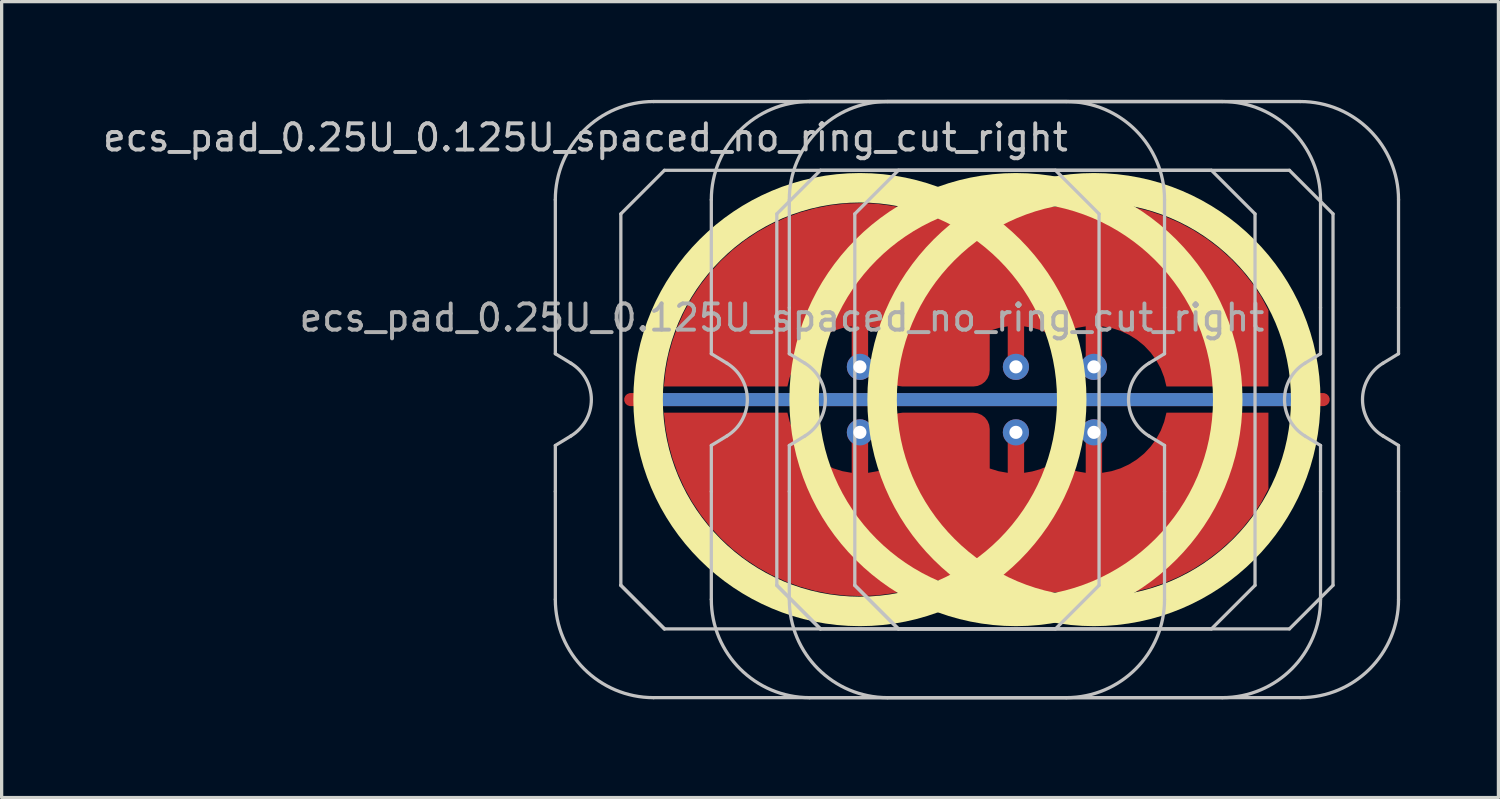
<source format=kicad_pcb>
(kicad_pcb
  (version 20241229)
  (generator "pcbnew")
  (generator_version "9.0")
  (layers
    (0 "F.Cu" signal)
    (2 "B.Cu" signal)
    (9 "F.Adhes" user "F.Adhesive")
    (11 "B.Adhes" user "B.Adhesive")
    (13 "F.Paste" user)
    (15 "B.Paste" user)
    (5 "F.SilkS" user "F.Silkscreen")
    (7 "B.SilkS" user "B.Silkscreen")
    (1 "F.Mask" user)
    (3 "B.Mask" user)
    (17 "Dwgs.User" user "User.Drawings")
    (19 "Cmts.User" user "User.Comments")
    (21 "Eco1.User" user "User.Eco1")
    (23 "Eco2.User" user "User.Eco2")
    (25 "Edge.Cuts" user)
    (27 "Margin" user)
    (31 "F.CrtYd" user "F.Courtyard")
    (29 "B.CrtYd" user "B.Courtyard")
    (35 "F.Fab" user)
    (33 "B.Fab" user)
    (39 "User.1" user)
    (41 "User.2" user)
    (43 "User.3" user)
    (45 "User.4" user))
  (footprint "ecs_pad_0.25U_0.125U_spaced_no_ring_cut_right"
    (layer "F.Cu")
    (at 27.967 9.15)
    (property "Reference" "ecs_pad_0.25U_0.125U_spaced_no_ring_cut_right" (at -13.143 -8 0) (layer "Dwgs.User") (effects (font (size 0.8 0.8) (thickness 0.12))))
    (attr smd)
    (fp_circle (center -4.763 0) (end 1.704 0) (stroke (width 0.9) (type solid)) (fill no) (layer "F.SilkS"))
    (fp_circle (center 0 0) (end 6.467 0) (stroke (width 0.9) (type solid)) (fill no) (layer "F.SilkS"))
    (fp_circle (center 2.381 0) (end 8.848 0) (stroke (width 0.9) (type solid)) (fill no) (layer "F.SilkS"))
    (fp_line (start -14.062 -2.805) (end -14.062 -6.1) (stroke (width 0.1) (type solid)) (layer "Dwgs.User"))
    (fp_line (start -14.062 -1.4) (end -14.062 -2.805) (stroke (width 0.1) (type solid)) (layer "Dwgs.User"))
    (fp_line (start -14.062 1.4) (end -13.587 1.111) (stroke (width 0.1) (type solid)) (layer "Dwgs.User"))
    (fp_line (start -14.062 2.805) (end -14.062 1.4) (stroke (width 0.1) (type solid)) (layer "Dwgs.User"))
    (fp_line (start -14.062 6.1) (end -14.062 2.805) (stroke (width 0.1) (type solid)) (layer "Dwgs.User"))
    (fp_line (start -13.587 -1.111) (end -14.062 -1.4) (stroke (width 0.1) (type solid)) (layer "Dwgs.User"))
    (fp_line (start -12.062 -5.67) (end -10.732 -7) (stroke (width 0.1) (type solid)) (layer "Dwgs.User"))
    (fp_line (start -12.062 5.67) (end -12.062 -5.67) (stroke (width 0.1) (type solid)) (layer "Dwgs.User"))
    (fp_line (start -12.062 5.67) (end -10.732 7) (stroke (width 0.1) (type solid)) (layer "Dwgs.User"))
    (fp_line (start -11.062 -9.1) (end 1.538 -9.1) (stroke (width 0.1) (type solid)) (layer "Dwgs.User"))
    (fp_line (start -10.732 -7) (end 1.208 -7) (stroke (width 0.1) (type solid)) (layer "Dwgs.User"))
    (fp_line (start -10.732 7) (end -12.062 5.67) (stroke (width 0.1) (type solid)) (layer "Dwgs.User"))
    (fp_line (start -9.3 -2.805) (end -9.3 -6.1) (stroke (width 0.1) (type solid)) (layer "Dwgs.User"))
    (fp_line (start -9.3 -1.4) (end -9.3 -2.805) (stroke (width 0.1) (type solid)) (layer "Dwgs.User"))
    (fp_line (start -9.3 1.4) (end -8.824 1.111) (stroke (width 0.1) (type solid)) (layer "Dwgs.User"))
    (fp_line (start -9.3 2.805) (end -9.3 1.4) (stroke (width 0.1) (type solid)) (layer "Dwgs.User"))
    (fp_line (start -9.3 6.1) (end -9.3 2.805) (stroke (width 0.1) (type solid)) (layer "Dwgs.User"))
    (fp_line (start -8.824 -1.111) (end -9.3 -1.4) (stroke (width 0.1) (type solid)) (layer "Dwgs.User"))
    (fp_line (start -7.3 -5.67) (end -5.97 -7) (stroke (width 0.1) (type solid)) (layer "Dwgs.User"))
    (fp_line (start -7.3 5.67) (end -7.3 -5.67) (stroke (width 0.1) (type solid)) (layer "Dwgs.User"))
    (fp_line (start -7.3 5.67) (end -5.97 7) (stroke (width 0.1) (type solid)) (layer "Dwgs.User"))
    (fp_line (start -6.919 -2.805) (end -6.919 -6.1) (stroke (width 0.1) (type solid)) (layer "Dwgs.User"))
    (fp_line (start -6.919 -1.4) (end -6.919 -2.805) (stroke (width 0.1) (type solid)) (layer "Dwgs.User"))
    (fp_line (start -6.919 1.4) (end -6.443 1.111) (stroke (width 0.1) (type solid)) (layer "Dwgs.User"))
    (fp_line (start -6.919 2.805) (end -6.919 1.4) (stroke (width 0.1) (type solid)) (layer "Dwgs.User"))
    (fp_line (start -6.919 6.1) (end -6.919 2.805) (stroke (width 0.1) (type solid)) (layer "Dwgs.User"))
    (fp_line (start -6.443 -1.111) (end -6.919 -1.4) (stroke (width 0.1) (type solid)) (layer "Dwgs.User"))
    (fp_line (start -6.3 -9.1) (end 6.3 -9.1) (stroke (width 0.1) (type solid)) (layer "Dwgs.User"))
    (fp_line (start -5.97 -7) (end 5.97 -7) (stroke (width 0.1) (type solid)) (layer "Dwgs.User"))
    (fp_line (start -5.97 7) (end -7.3 5.67) (stroke (width 0.1) (type solid)) (layer "Dwgs.User"))
    (fp_line (start -4.919 -5.67) (end -3.589 -7) (stroke (width 0.1) (type solid)) (layer "Dwgs.User"))
    (fp_line (start -4.919 5.67) (end -4.919 -5.67) (stroke (width 0.1) (type solid)) (layer "Dwgs.User"))
    (fp_line (start -4.919 5.67) (end -3.589 7) (stroke (width 0.1) (type solid)) (layer "Dwgs.User"))
    (fp_line (start -3.919 -9.1) (end 8.681 -9.1) (stroke (width 0.1) (type solid)) (layer "Dwgs.User"))
    (fp_line (start -3.589 -7) (end 8.351 -7) (stroke (width 0.1) (type solid)) (layer "Dwgs.User"))
    (fp_line (start -3.589 7) (end -4.919 5.67) (stroke (width 0.1) (type solid)) (layer "Dwgs.User"))
    (fp_line (start 1.208 -7) (end 2.538 -5.67) (stroke (width 0.1) (type solid)) (layer "Dwgs.User"))
    (fp_line (start 1.208 7) (end -10.732 7) (stroke (width 0.1) (type solid)) (layer "Dwgs.User"))
    (fp_line (start 1.538 9.1) (end -11.062 9.1) (stroke (width 0.1) (type solid)) (layer "Dwgs.User"))
    (fp_line (start 2.538 -5.67) (end 2.538 5.67) (stroke (width 0.1) (type solid)) (layer "Dwgs.User"))
    (fp_line (start 2.538 5.67) (end 1.208 7) (stroke (width 0.1) (type solid)) (layer "Dwgs.User"))
    (fp_line (start 4.062 1.111) (end 4.537 1.4) (stroke (width 0.1) (type solid)) (layer "Dwgs.User"))
    (fp_line (start 4.537 -6.1) (end 4.537 -2.805) (stroke (width 0.1) (type solid)) (layer "Dwgs.User"))
    (fp_line (start 4.537 -2.805) (end 4.537 -1.4) (stroke (width 0.1) (type solid)) (layer "Dwgs.User"))
    (fp_line (start 4.537 -1.4) (end 4.062 -1.111) (stroke (width 0.1) (type solid)) (layer "Dwgs.User"))
    (fp_line (start 4.537 1.4) (end 4.537 2.805) (stroke (width 0.1) (type solid)) (layer "Dwgs.User"))
    (fp_line (start 4.537 2.805) (end 4.537 6.1) (stroke (width 0.1) (type solid)) (layer "Dwgs.User"))
    (fp_line (start 5.97 -7) (end 7.3 -5.67) (stroke (width 0.1) (type solid)) (layer "Dwgs.User"))
    (fp_line (start 5.97 7) (end -5.97 7) (stroke (width 0.1) (type solid)) (layer "Dwgs.User"))
    (fp_line (start 6.3 9.1) (end -6.3 9.1) (stroke (width 0.1) (type solid)) (layer "Dwgs.User"))
    (fp_line (start 7.3 -5.67) (end 7.3 5.67) (stroke (width 0.1) (type solid)) (layer "Dwgs.User"))
    (fp_line (start 7.3 5.67) (end 5.97 7) (stroke (width 0.1) (type solid)) (layer "Dwgs.User"))
    (fp_line (start 8.351 -7) (end 9.681 -5.67) (stroke (width 0.1) (type solid)) (layer "Dwgs.User"))
    (fp_line (start 8.351 7) (end -3.589 7) (stroke (width 0.1) (type solid)) (layer "Dwgs.User"))
    (fp_line (start 8.681 9.1) (end -3.919 9.1) (stroke (width 0.1) (type solid)) (layer "Dwgs.User"))
    (fp_line (start 8.824 1.111) (end 9.3 1.4) (stroke (width 0.1) (type solid)) (layer "Dwgs.User"))
    (fp_line (start 9.3 -6.1) (end 9.3 -2.805) (stroke (width 0.1) (type solid)) (layer "Dwgs.User"))
    (fp_line (start 9.3 -2.805) (end 9.3 -1.4) (stroke (width 0.1) (type solid)) (layer "Dwgs.User"))
    (fp_line (start 9.3 -1.4) (end 8.824 -1.111) (stroke (width 0.1) (type solid)) (layer "Dwgs.User"))
    (fp_line (start 9.3 1.4) (end 9.3 2.805) (stroke (width 0.1) (type solid)) (layer "Dwgs.User"))
    (fp_line (start 9.3 2.805) (end 9.3 6.1) (stroke (width 0.1) (type solid)) (layer "Dwgs.User"))
    (fp_line (start 9.681 -5.67) (end 9.681 5.67) (stroke (width 0.1) (type solid)) (layer "Dwgs.User"))
    (fp_line (start 9.681 5.67) (end 8.351 7) (stroke (width 0.1) (type solid)) (layer "Dwgs.User"))
    (fp_line (start 11.206 1.111) (end 11.681 1.4) (stroke (width 0.1) (type solid)) (layer "Dwgs.User"))
    (fp_line (start 11.681 -6.1) (end 11.681 -2.805) (stroke (width 0.1) (type solid)) (layer "Dwgs.User"))
    (fp_line (start 11.681 -2.805) (end 11.681 -1.4) (stroke (width 0.1) (type solid)) (layer "Dwgs.User"))
    (fp_line (start 11.681 -1.4) (end 11.206 -1.111) (stroke (width 0.1) (type solid)) (layer "Dwgs.User"))
    (fp_line (start 11.681 1.4) (end 11.681 2.805) (stroke (width 0.1) (type solid)) (layer "Dwgs.User"))
    (fp_line (start 11.681 2.805) (end 11.681 6.1) (stroke (width 0.1) (type solid)) (layer "Dwgs.User"))
    (fp_arc (start -14.0625 -6.1) (mid -13.18382 -8.22132) (end -11.0625 -9.1) (stroke (width 0.1) (type solid)) (layer "Dwgs.User"))
    (fp_arc (start -13.586833 -1.110619) (mid -12.9625 0) (end -13.586833 1.110619) (stroke (width 0.1) (type solid)) (layer "Dwgs.User"))
    (fp_arc (start -11.0625 9.1) (mid -13.18382 8.22132) (end -14.0625 6.1) (stroke (width 0.1) (type solid)) (layer "Dwgs.User"))
    (fp_arc (start -9.3 -6.1) (mid -8.42132 -8.22132) (end -6.3 -9.1) (stroke (width 0.1) (type solid)) (layer "Dwgs.User"))
    (fp_arc (start -8.824333 -1.110619) (mid -8.2 0) (end -8.824333 1.110619) (stroke (width 0.1) (type solid)) (layer "Dwgs.User"))
    (fp_arc (start -6.91875 -6.1) (mid -6.04007 -8.22132) (end -3.91875 -9.1) (stroke (width 0.1) (type solid)) (layer "Dwgs.User"))
    (fp_arc (start -6.443083 -1.110619) (mid -5.81875 0) (end -6.443083 1.110619) (stroke (width 0.1) (type solid)) (layer "Dwgs.User"))
    (fp_arc (start -6.3 9.1) (mid -8.42132 8.22132) (end -9.3 6.1) (stroke (width 0.1) (type solid)) (layer "Dwgs.User"))
    (fp_arc (start -3.91875 9.1) (mid -6.04007 8.22132) (end -6.91875 6.1) (stroke (width 0.1) (type solid)) (layer "Dwgs.User"))
    (fp_arc (start 1.5375 -9.1) (mid 3.65882 -8.22132) (end 4.5375 -6.1) (stroke (width 0.1) (type solid)) (layer "Dwgs.User"))
    (fp_arc (start 4.061833 1.110619) (mid 3.4375 0) (end 4.061833 -1.110619) (stroke (width 0.1) (type solid)) (layer "Dwgs.User"))
    (fp_arc (start 4.5375 6.1) (mid 3.65882 8.22132) (end 1.5375 9.1) (stroke (width 0.1) (type solid)) (layer "Dwgs.User"))
    (fp_arc (start 6.3 -9.1) (mid 8.42132 -8.22132) (end 9.3 -6.1) (stroke (width 0.1) (type solid)) (layer "Dwgs.User"))
    (fp_arc (start 8.68125 -9.1) (mid 10.80257 -8.22132) (end 11.68125 -6.1) (stroke (width 0.1) (type solid)) (layer "Dwgs.User"))
    (fp_arc (start 8.824333 1.110619) (mid 8.2 0) (end 8.824333 -1.110619) (stroke (width 0.1) (type solid)) (layer "Dwgs.User"))
    (fp_arc (start 9.3 6.1) (mid 8.42132 8.22132) (end 6.3 9.1) (stroke (width 0.1) (type solid)) (layer "Dwgs.User"))
    (fp_arc (start 11.205583 1.110619) (mid 10.58125 0) (end 11.205583 -1.110619) (stroke (width 0.1) (type solid)) (layer "Dwgs.User"))
    (fp_arc (start 11.68125 6.1) (mid 10.80257 8.22132) (end 8.68125 9.1) (stroke (width 0.1) (type solid)) (layer "Dwgs.User"))
    (fp_text user "${REFERENCE}" (at -7.143 -2.5 0) (layer "F.Fab") (effects (font (size 0.8 0.8) (thickness 0.12))))
    (pad "1" thru_hole circle (at -4.763 -1 90) (size 0.8 0.8) (drill 0.4) (layers "*.Cu"))
    (pad "1" smd custom (at 0 -1) (size 0.246 0.246) (layers "F.Cu") (options (anchor circle)) (primitives (gr_poly (pts (xy 0.231 0.096) (xy 0.177 0.177) (xy 0.096 0.231) (xy 0 0.25) (xy -0.096 0.231) (xy -0.177 0.177) (xy -0.231 0.096) (xy -0.25 0) (xy -0.25 -1.236) (xy -0.529 -1.187) (xy -0.8 -1.103) (xy -0.8 0.1) (xy -0.817 0.229) (xy -0.867 0.35) (xy -0.946 0.454) (xy -1.05 0.533) (xy -1.171 0.583) (xy -1.3 0.6) (xy -3.462 0.6) (xy -3.592 0.583) (xy -3.713 0.533) (xy -3.816 0.454) (xy -3.896 0.35) (xy -3.945 0.229) (xy -3.963 0.1) (xy -3.963 -1.103) (xy -4.233 -1.187) (xy -4.513 -1.236) (xy -4.513 0) (xy -4.532 0.096) (xy -4.586 0.177) (xy -4.667 0.231) (xy -4.763 0.25) (xy -4.858 0.231) (xy -4.939 0.177) (xy -4.993 0.096) (xy -5.013 0) (xy -5.013 -1.236) (xy -5.296 -1.186) (xy -5.571 -1.1) (xy -5.832 -0.979) (xy -6.076 -0.826) (xy -6.299 -0.644) (xy -6.496 -0.434) (xy -6.665 -0.201) (xy -6.803 0.052) (xy -6.907 0.321) (xy -6.977 0.6) (xy -10.749 0.6) (xy -10.698 0.125) (xy -10.61 -0.345) (xy -10.484 -0.806) (xy -10.322 -1.256) (xy -10.125 -1.691) (xy -9.894 -2.109) (xy -9.63 -2.508) (xy -9.336 -2.884) (xy -9.012 -3.236) (xy -8.661 -3.561) (xy -8.286 -3.856) (xy -7.888 -4.121) (xy -7.471 -4.354) (xy -7.036 -4.553) (xy -6.587 -4.716) (xy -6.126 -4.843) (xy -5.657 -4.933) (xy -5.182 -4.985) (xy -4.704 -5) (xy -4.227 -4.976) (xy -3.753 -4.914) (xy -3.285 -4.815) (xy -2.827 -4.679) (xy -2.381 -4.507) (xy -1.956 -4.672) (xy -1.52 -4.804) (xy -1.075 -4.903) (xy -0.624 -4.967) (xy -0.169 -4.998) (xy 0.287 -4.993) (xy 0.741 -4.954) (xy 1.191 -4.881) (xy 1.671 -4.958) (xy 2.156 -4.996) (xy 2.643 -4.994) (xy 3.128 -4.953) (xy 3.608 -4.873) (xy 4.08 -4.755) (xy 4.541 -4.598) (xy 4.987 -4.404) (xy 5.417 -4.175) (xy 5.826 -3.912) (xy 6.213 -3.617) (xy 6.575 -3.291) (xy 6.909 -2.937) (xy 7.213 -2.557) (xy 7.485 -2.154) (xy 7.709 -1.73) (xy 7.709 0.6) (xy 4.595 0.6) (xy 4.526 0.321) (xy 4.422 0.052) (xy 4.284 -0.201) (xy 4.115 -0.434) (xy 3.918 -0.644) (xy 3.695 -0.826) (xy 3.451 -0.979) (xy 3.19 -1.1) (xy 2.915 -1.186) (xy 2.631 -1.236) (xy 2.631 0) (xy 2.612 0.096) (xy 2.558 0.177) (xy 2.477 0.231) (xy 2.381 0.25) (xy 2.286 0.231) (xy 2.204 0.177) (xy 2.15 0.096) (xy 2.131 0) (xy 2.131 -1.236) (xy 1.884 -1.194) (xy 1.643 -1.125) (xy 1.411 -1.03) (xy 1.191 -0.909) (xy 0.971 -1.03) (xy 0.739 -1.125) (xy 0.497 -1.194) (xy 0.25 -1.236) (xy 0.25 0)) (width 0) (fill yes))))
    (pad "1" thru_hole circle (at 0 -1 270) (size 0.8 0.8) (drill 0.4) (layers "*.Cu"))
    (pad "1" thru_hole circle (at 2.38 -1 90) (size 0.8 0.8) (drill 0.4) (layers "*.Cu"))
    (pad "2" thru_hole circle (at -4.763 1 270) (size 0.8 0.8) (drill 0.4) (layers "*.Cu"))
    (pad "2" smd custom (at 0 1) (size 0.246 0.246) (layers "F.Cu") (options (anchor circle)) (primitives (gr_poly (pts (xy 0.231 -0.096) (xy 0.177 -0.177) (xy 0.096 -0.231) (xy 0 -0.25) (xy -0.096 -0.231) (xy -0.177 -0.177) (xy -0.231 -0.096) (xy -0.25 0) (xy -0.25 1.236) (xy -0.529 1.187) (xy -0.8 1.103) (xy -0.8 -0.1) (xy -0.817 -0.229) (xy -0.867 -0.35) (xy -0.946 -0.454) (xy -1.05 -0.533) (xy -1.171 -0.583) (xy -1.3 -0.6) (xy -3.462 -0.6) (xy -3.592 -0.583) (xy -3.713 -0.533) (xy -3.816 -0.454) (xy -3.896 -0.35) (xy -3.945 -0.229) (xy -3.963 -0.1) (xy -3.963 1.103) (xy -4.233 1.187) (xy -4.513 1.236) (xy -4.513 0) (xy -4.532 -0.096) (xy -4.586 -0.177) (xy -4.667 -0.231) (xy -4.763 -0.25) (xy -4.858 -0.231) (xy -4.939 -0.177) (xy -4.993 -0.096) (xy -5.013 0) (xy -5.013 1.236) (xy -5.296 1.186) (xy -5.571 1.1) (xy -5.832 0.979) (xy -6.076 0.826) (xy -6.299 0.644) (xy -6.496 0.434) (xy -6.665 0.201) (xy -6.803 -0.052) (xy -6.907 -0.321) (xy -6.977 -0.6) (xy -10.749 -0.6) (xy -10.698 -0.125) (xy -10.61 0.345) (xy -10.484 0.806) (xy -10.322 1.256) (xy -10.125 1.691) (xy -9.894 2.109) (xy -9.63 2.508) (xy -9.336 2.884) (xy -9.012 3.236) (xy -8.661 3.561) (xy -8.286 3.856) (xy -7.888 4.121) (xy -7.471 4.354) (xy -7.036 4.553) (xy -6.587 4.716) (xy -6.126 4.843) (xy -5.657 4.933) (xy -5.182 4.985) (xy -4.704 5) (xy -4.227 4.976) (xy -3.753 4.914) (xy -3.285 4.815) (xy -2.827 4.679) (xy -2.381 4.507) (xy -1.956 4.672) (xy -1.52 4.804) (xy -1.075 4.903) (xy -0.624 4.967) (xy -0.169 4.998) (xy 0.287 4.993) (xy 0.741 4.954) (xy 1.191 4.881) (xy 1.671 4.958) (xy 2.156 4.996) (xy 2.643 4.994) (xy 3.128 4.953) (xy 3.608 4.873) (xy 4.08 4.755) (xy 4.541 4.598) (xy 4.987 4.404) (xy 5.417 4.175) (xy 5.826 3.912) (xy 6.213 3.617) (xy 6.575 3.291) (xy 6.909 2.937) (xy 7.213 2.557) (xy 7.485 2.154) (xy 7.709 1.73) (xy 7.709 -0.6) (xy 4.595 -0.6) (xy 4.526 -0.321) (xy 4.422 -0.052) (xy 4.284 0.201) (xy 4.115 0.434) (xy 3.918 0.644) (xy 3.695 0.826) (xy 3.451 0.979) (xy 3.19 1.1) (xy 2.915 1.186) (xy 2.631 1.236) (xy 2.631 0) (xy 2.612 -0.096) (xy 2.558 -0.177) (xy 2.477 -0.231) (xy 2.381 -0.25) (xy 2.286 -0.231) (xy 2.204 -0.177) (xy 2.15 -0.096) (xy 2.131 0) (xy 2.131 1.236) (xy 1.884 1.194) (xy 1.643 1.125) (xy 1.411 1.03) (xy 1.191 0.909) (xy 0.971 1.03) (xy 0.739 1.125) (xy 0.497 1.194) (xy 0.25 1.236) (xy 0.25 0)) (width 0) (fill yes))))
    (pad "2" thru_hole circle (at 0 1 270) (size 0.8 0.8) (drill 0.4) (layers "*.Cu"))
    (pad "2" thru_hole circle (at 2.38 1 270) (size 0.8 0.8) (drill 0.4) (layers "*.Cu"))
    (pad "3" smd custom (at 0 0 90) (size 0.4 0.4) (layers "F.Cu") (options (anchor rect)) (primitives (gr_line (start 0 -11.762) (end 0 9.381) (width 0.4))))
    (pad "3" smd custom (at 0 0 90) (size 0.4 0.4) (layers "B.Cu") (options (anchor rect)) (primitives (gr_line (start 0 -11.262) (end 0 8.812) (width 0.4))))
    (zone (net_name "") (layer "F.Cu") (hatch edge 0.508) (connect_pads) (min_thickness 0.254) (filled_areas_thickness no) (keepout (tracks allowed) (vias allowed) (pads allowed) (copperpour not_allowed) (footprints allowed)) (placement (enabled no)) (fill) (polygon (pts (xy 30.209 9.15) (xy 30.19 8.637) (xy 30.134 8.127) (xy 30.04 7.622) (xy 29.91 7.125) (xy 29.744 6.64) (xy 29.542 6.167) (xy 29.307 5.711) (xy 29.039 5.274) (xy 28.739 4.857) (xy 28.41 4.463) (xy 28.053 4.094) (xy 27.669 3.753) (xy 27.262 3.44) (xy 26.833 3.158) (xy 26.384 2.909) (xy 25.919 2.692) (xy 25.439 2.511) (xy 24.946 2.365) (xy 24.445 2.256) (xy 23.936 2.183) (xy 23.424 2.149) (xy 22.911 2.151) (xy 22.399 2.192) (xy 21.892 2.269) (xy 21.391 2.384) (xy 20.901 2.535) (xy 20.422 2.721) (xy 19.959 2.942) (xy 19.513 3.197) (xy 19.087 3.483) (xy 18.683 3.8) (xy 18.303 4.145) (xy 17.95 4.518) (xy 17.625 4.915) (xy 17.329 5.335) (xy 17.066 5.775) (xy 16.835 6.234) (xy 16.639 6.708) (xy 16.477 7.196) (xy 16.352 7.694) (xy 16.264 8.199) (xy 16.213 8.71) (xy 16.2 9.223) (xy 16.224 9.736) (xy 16.286 10.246) (xy 16.384 10.75) (xy 16.52 11.245) (xy 16.691 11.729) (xy 16.898 12.199) (xy 17.138 12.652) (xy 17.411 13.087) (xy 17.715 13.501) (xy 18.048 13.891) (xy 18.409 14.256) (xy 18.796 14.594) (xy 19.206 14.902) (xy 19.638 15.179) (xy 20.09 15.424) (xy 20.558 15.636) (xy 21.04 15.812) (xy 21.533 15.953) (xy 22.036 16.057) (xy 22.545 16.124) (xy 23.058 16.153) (xy 23.571 16.145) (xy 24.082 16.1) (xy 24.589 16.017) (xy 25.088 15.897) (xy 25.577 15.741) (xy 26.053 15.549) (xy 26.514 15.323) (xy 26.958 15.064) (xy 27.381 14.774) (xy 27.781 14.453) (xy 28.157 14.103) (xy 28.507 13.727) (xy 28.828 13.326) (xy 29.119 12.903) (xy 29.378 12.46) (xy 29.604 11.999) (xy 29.795 11.523) (xy 29.951 11.034) (xy 30.071 10.535) (xy 30.154 10.028) (xy 30.2 9.517))))
    (zone (net_name "") (layer "F.Cu") (hatch edge 0.508) (connect_pads) (min_thickness 0.254) (filled_areas_thickness no) (keepout (tracks allowed) (vias allowed) (pads allowed) (copperpour not_allowed) (footprints allowed)) (placement (enabled no)) (fill) (polygon (pts (xy 34.972 9.15) (xy 34.953 8.637) (xy 34.897 8.127) (xy 34.803 7.622) (xy 34.673 7.125) (xy 34.506 6.64) (xy 34.305 6.167) (xy 34.07 5.711) (xy 33.801 5.274) (xy 33.502 4.857) (xy 33.172 4.463) (xy 32.815 4.094) (xy 32.432 3.753) (xy 32.025 3.44) (xy 31.595 3.158) (xy 31.147 2.909) (xy 30.681 2.692) (xy 30.201 2.511) (xy 29.709 2.365) (xy 29.207 2.256) (xy 28.699 2.183) (xy 28.187 2.149) (xy 27.673 2.151) (xy 27.162 2.192) (xy 26.654 2.269) (xy 26.154 2.384) (xy 25.663 2.535) (xy 25.185 2.721) (xy 24.721 2.942) (xy 24.275 3.197) (xy 23.849 3.483) (xy 23.445 3.8) (xy 23.066 4.145) (xy 22.712 4.518) (xy 22.387 4.915) (xy 22.092 5.335) (xy 21.828 5.775) (xy 21.598 6.234) (xy 21.401 6.708) (xy 21.24 7.196) (xy 21.115 7.694) (xy 21.027 8.199) (xy 20.976 8.71) (xy 20.962 9.223) (xy 20.986 9.736) (xy 21.048 10.246) (xy 21.147 10.75) (xy 21.282 11.245) (xy 21.454 11.729) (xy 21.66 12.199) (xy 21.9 12.652) (xy 22.173 13.087) (xy 22.477 13.501) (xy 22.81 13.891) (xy 23.172 14.256) (xy 23.558 14.594) (xy 23.969 14.902) (xy 24.401 15.179) (xy 24.852 15.424) (xy 25.32 15.636) (xy 25.802 15.812) (xy 26.296 15.953) (xy 26.799 16.057) (xy 27.308 16.124) (xy 27.82 16.153) (xy 28.333 16.145) (xy 28.845 16.1) (xy 29.351 16.017) (xy 29.851 15.897) (xy 30.34 15.741) (xy 30.816 15.549) (xy 31.277 15.323) (xy 31.72 15.064) (xy 32.143 14.774) (xy 32.544 14.453) (xy 32.92 14.103) (xy 33.269 13.727) (xy 33.59 13.326) (xy 33.881 12.903) (xy 34.14 12.46) (xy 34.366 11.999) (xy 34.558 11.523) (xy 34.714 11.034) (xy 34.833 10.535) (xy 34.916 10.028) (xy 34.962 9.517))))
    (zone (net_name "") (layer "F.Cu") (hatch edge 0.508) (connect_pads) (min_thickness 0.254) (filled_areas_thickness no) (keepout (tracks allowed) (vias allowed) (pads allowed) (copperpour not_allowed) (footprints allowed)) (placement (enabled no)) (fill) (polygon (pts (xy 37.353 9.15) (xy 37.334 8.637) (xy 37.278 8.127) (xy 37.184 7.622) (xy 37.054 7.125) (xy 36.888 6.64) (xy 36.686 6.167) (xy 36.451 5.711) (xy 36.183 5.274) (xy 35.883 4.857) (xy 35.554 4.463) (xy 35.196 4.094) (xy 34.813 3.753) (xy 34.406 3.44) (xy 33.977 3.158) (xy 33.528 2.909) (xy 33.063 2.692) (xy 32.582 2.511) (xy 32.09 2.365) (xy 31.588 2.256) (xy 31.08 2.183) (xy 30.568 2.149) (xy 30.055 2.151) (xy 29.543 2.192) (xy 29.035 2.269) (xy 28.535 2.384) (xy 28.044 2.535) (xy 27.566 2.721) (xy 27.103 2.942) (xy 26.657 3.197) (xy 26.231 3.483) (xy 25.827 3.8) (xy 25.447 4.145) (xy 25.094 4.518) (xy 24.768 4.915) (xy 24.473 5.335) (xy 24.21 5.775) (xy 23.979 6.234) (xy 23.782 6.708) (xy 23.621 7.196) (xy 23.496 7.694) (xy 23.408 8.199) (xy 23.357 8.71) (xy 23.343 9.223) (xy 23.368 9.736) (xy 23.429 10.246) (xy 23.528 10.75) (xy 23.664 11.245) (xy 23.835 11.729) (xy 24.041 12.199) (xy 24.282 12.652) (xy 24.554 13.087) (xy 24.858 13.501) (xy 25.192 13.891) (xy 25.553 14.256) (xy 25.94 14.594) (xy 26.35 14.902) (xy 26.782 15.179) (xy 27.233 15.424) (xy 27.701 15.636) (xy 28.183 15.812) (xy 28.677 15.953) (xy 29.18 16.057) (xy 29.689 16.124) (xy 30.201 16.153) (xy 30.715 16.145) (xy 31.226 16.1) (xy 31.733 16.017) (xy 32.232 15.897) (xy 32.721 15.741) (xy 33.197 15.549) (xy 33.658 15.323) (xy 34.101 15.064) (xy 34.525 14.774) (xy 34.925 14.453) (xy 35.301 14.103) (xy 35.651 13.727) (xy 35.972 13.326) (xy 36.262 12.903) (xy 36.521 12.46) (xy 36.747 11.999) (xy 36.939 11.523) (xy 37.095 11.034) (xy 37.215 10.535) (xy 37.298 10.028) (xy 37.343 9.517))))
    (zone (net_name "") (layer "B.Cu") (hatch edge 0.508) (connect_pads) (min_thickness 0.254) (filled_areas_thickness no) (keepout (tracks allowed) (vias allowed) (pads allowed) (copperpour not_allowed) (footprints allowed)) (placement (enabled no)) (fill) (polygon (pts (xy 29.763 9.15) (xy 29.742 8.635) (xy 29.682 8.124) (xy 29.581 7.619) (xy 29.442 7.123) (xy 29.263 6.64) (xy 29.048 6.173) (xy 28.796 5.723) (xy 28.51 5.295) (xy 28.191 4.891) (xy 27.842 4.513) (xy 27.464 4.163) (xy 27.059 3.844) (xy 26.631 3.558) (xy 26.182 3.307) (xy 25.714 3.091) (xy 25.231 2.913) (xy 24.735 2.773) (xy 24.23 2.672) (xy 23.719 2.612) (xy 23.204 2.592) (xy 22.69 2.612) (xy 22.178 2.672) (xy 21.673 2.773) (xy 21.178 2.913) (xy 20.695 3.091) (xy 20.227 3.307) (xy 19.778 3.558) (xy 19.349 3.844) (xy 18.945 4.163) (xy 18.567 4.513) (xy 18.217 4.891) (xy 17.899 5.295) (xy 17.612 5.723) (xy 17.361 6.173) (xy 17.145 6.64) (xy 16.967 7.123) (xy 16.827 7.619) (xy 16.727 8.124) (xy 16.666 8.635) (xy 16.646 9.15) (xy 16.666 9.665) (xy 16.727 10.176) (xy 16.827 10.681) (xy 16.967 11.177) (xy 17.145 11.66) (xy 17.361 12.127) (xy 17.612 12.577) (xy 17.899 13.005) (xy 18.217 13.409) (xy 18.567 13.787) (xy 18.945 14.137) (xy 19.349 14.456) (xy 19.778 14.742) (xy 20.227 14.993) (xy 20.695 15.209) (xy 21.178 15.387) (xy 21.673 15.527) (xy 22.178 15.628) (xy 22.69 15.688) (xy 23.204 15.708) (xy 23.719 15.688) (xy 24.23 15.628) (xy 24.735 15.527) (xy 25.231 15.387) (xy 25.714 15.209) (xy 26.182 14.993) (xy 26.631 14.742) (xy 27.059 14.456) (xy 27.464 14.137) (xy 27.842 13.787) (xy 28.191 13.409) (xy 28.51 13.005) (xy 28.796 12.577) (xy 29.048 12.127) (xy 29.263 11.66) (xy 29.442 11.177) (xy 29.581 10.681) (xy 29.682 10.176) (xy 29.742 9.665))))
    (zone (net_name "") (layer "B.Cu") (hatch edge 0.508) (connect_pads) (min_thickness 0.254) (filled_areas_thickness no) (keepout (tracks allowed) (vias allowed) (pads allowed) (copperpour not_allowed) (footprints allowed)) (placement (enabled no)) (fill) (polygon (pts (xy 34.525 9.15) (xy 34.505 8.635) (xy 34.444 8.124) (xy 34.344 7.619) (xy 34.204 7.123) (xy 34.026 6.64) (xy 33.81 6.173) (xy 33.559 5.723) (xy 33.273 5.295) (xy 32.954 4.891) (xy 32.604 4.513) (xy 32.226 4.163) (xy 31.822 3.844) (xy 31.393 3.558) (xy 30.944 3.307) (xy 30.477 3.091) (xy 29.993 2.913) (xy 29.498 2.773) (xy 28.993 2.672) (xy 28.481 2.612) (xy 27.967 2.592) (xy 27.452 2.612) (xy 26.941 2.672) (xy 26.436 2.773) (xy 25.94 2.913) (xy 25.457 3.091) (xy 24.989 3.307) (xy 24.54 3.558) (xy 24.112 3.844) (xy 23.708 4.163) (xy 23.329 4.513) (xy 22.98 4.891) (xy 22.661 5.295) (xy 22.375 5.723) (xy 22.123 6.173) (xy 21.908 6.64) (xy 21.729 7.123) (xy 21.59 7.619) (xy 21.489 8.124) (xy 21.429 8.635) (xy 21.409 9.15) (xy 21.429 9.665) (xy 21.489 10.176) (xy 21.59 10.681) (xy 21.729 11.177) (xy 21.908 11.66) (xy 22.123 12.127) (xy 22.375 12.577) (xy 22.661 13.005) (xy 22.98 13.409) (xy 23.329 13.787) (xy 23.708 14.137) (xy 24.112 14.456) (xy 24.54 14.742) (xy 24.989 14.993) (xy 25.457 15.209) (xy 25.94 15.387) (xy 26.436 15.527) (xy 26.941 15.628) (xy 27.452 15.688) (xy 27.967 15.708) (xy 28.481 15.688) (xy 28.993 15.628) (xy 29.498 15.527) (xy 29.993 15.387) (xy 30.477 15.209) (xy 30.944 14.993) (xy 31.393 14.742) (xy 31.822 14.456) (xy 32.226 14.137) (xy 32.604 13.787) (xy 32.954 13.409) (xy 33.273 13.005) (xy 33.559 12.577) (xy 33.81 12.127) (xy 34.026 11.66) (xy 34.204 11.177) (xy 34.344 10.681) (xy 34.444 10.176) (xy 34.505 9.665))))
    (zone (net_name "") (layer "B.Cu") (hatch edge 0.508) (connect_pads) (min_thickness 0.254) (filled_areas_thickness no) (keepout (tracks allowed) (vias allowed) (pads allowed) (copperpour not_allowed) (footprints allowed)) (placement (enabled no)) (fill) (polygon (pts (xy 36.906 9.15) (xy 36.886 8.635) (xy 36.826 8.124) (xy 36.725 7.619) (xy 36.585 7.123) (xy 36.407 6.64) (xy 36.191 6.173) (xy 35.94 5.723) (xy 35.654 5.295) (xy 35.335 4.891) (xy 34.985 4.513) (xy 34.607 4.163) (xy 34.203 3.844) (xy 33.775 3.558) (xy 33.325 3.307) (xy 32.858 3.091) (xy 32.375 2.913) (xy 31.879 2.773) (xy 31.374 2.672) (xy 30.863 2.612) (xy 30.348 2.592) (xy 29.833 2.612) (xy 29.322 2.672) (xy 28.817 2.773) (xy 28.321 2.913) (xy 27.838 3.091) (xy 27.371 3.307) (xy 26.921 3.558) (xy 26.493 3.844) (xy 26.089 4.163) (xy 25.711 4.513) (xy 25.361 4.891) (xy 25.042 5.295) (xy 24.756 5.723) (xy 24.505 6.173) (xy 24.289 6.64) (xy 24.111 7.123) (xy 23.971 7.619) (xy 23.871 8.124) (xy 23.81 8.635) (xy 23.79 9.15) (xy 23.81 9.665) (xy 23.871 10.176) (xy 23.971 10.681) (xy 24.111 11.177) (xy 24.289 11.66) (xy 24.505 12.127) (xy 24.756 12.577) (xy 25.042 13.005) (xy 25.361 13.409) (xy 25.711 13.787) (xy 26.089 14.137) (xy 26.493 14.456) (xy 26.921 14.742) (xy 27.371 14.993) (xy 27.838 15.209) (xy 28.321 15.387) (xy 28.817 15.527) (xy 29.322 15.628) (xy 29.833 15.688) (xy 30.348 15.708) (xy 30.863 15.688) (xy 31.374 15.628) (xy 31.879 15.527) (xy 32.375 15.387) (xy 32.858 15.209) (xy 33.325 14.993) (xy 33.775 14.742) (xy 34.203 14.456) (xy 34.607 14.137) (xy 34.985 13.787) (xy 35.335 13.409) (xy 35.654 13.005) (xy 35.94 12.577) (xy 36.191 12.127) (xy 36.407 11.66) (xy 36.585 11.177) (xy 36.725 10.681) (xy 36.826 10.176) (xy 36.886 9.665)))))
  (gr_rect
    (start -3 -3)
    (end 42.698 21.3)
    (stroke (width 0.1) (type default))
    (fill no)
    (layer "Edge.Cuts")))
</source>
